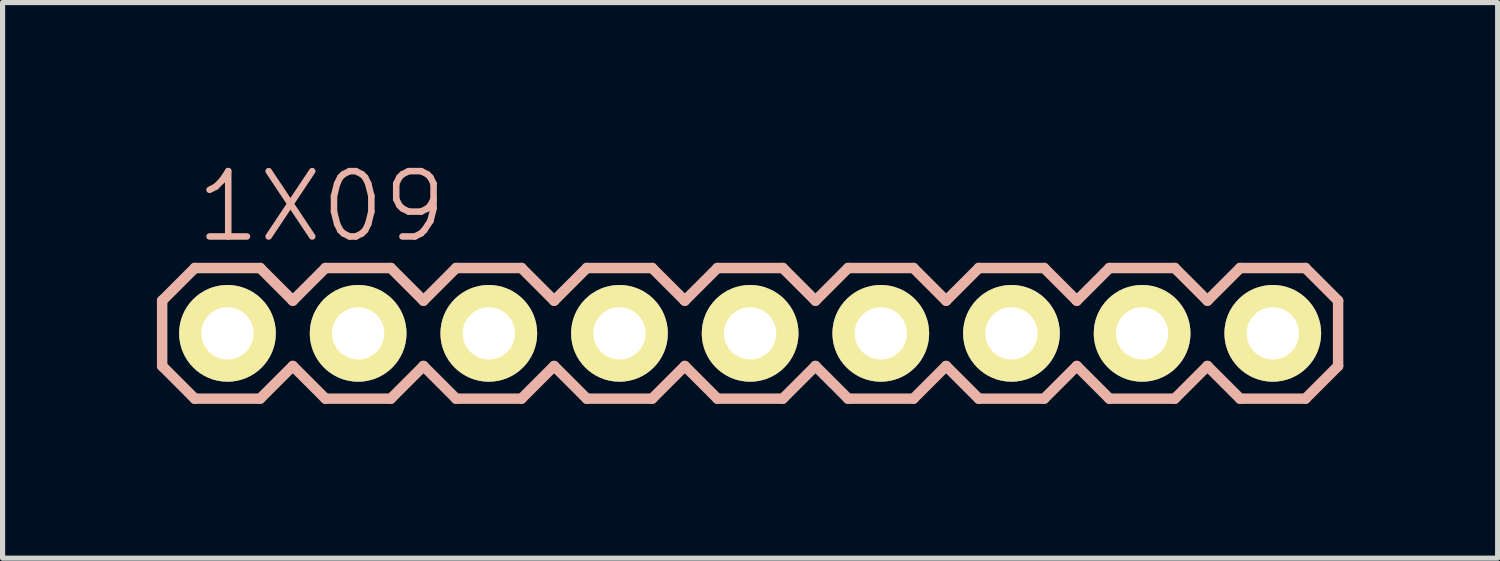
<source format=kicad_pcb>
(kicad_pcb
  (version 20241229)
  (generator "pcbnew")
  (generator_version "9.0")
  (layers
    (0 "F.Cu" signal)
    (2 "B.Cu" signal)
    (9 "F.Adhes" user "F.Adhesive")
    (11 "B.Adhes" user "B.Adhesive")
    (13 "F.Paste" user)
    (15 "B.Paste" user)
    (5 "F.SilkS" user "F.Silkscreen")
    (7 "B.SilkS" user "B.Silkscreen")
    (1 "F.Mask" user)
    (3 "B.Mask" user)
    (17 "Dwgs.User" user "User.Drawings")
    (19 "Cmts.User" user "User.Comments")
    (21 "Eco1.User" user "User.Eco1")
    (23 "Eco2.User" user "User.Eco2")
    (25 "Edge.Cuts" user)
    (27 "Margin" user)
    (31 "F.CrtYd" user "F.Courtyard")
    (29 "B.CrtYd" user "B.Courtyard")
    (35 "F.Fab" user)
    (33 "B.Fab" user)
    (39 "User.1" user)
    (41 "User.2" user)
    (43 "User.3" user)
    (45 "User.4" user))
  (footprint "1X09"
    (layer "F.Cu")
    (at 1.372 3.43)
    (property "Reference" "1X09" (at 1.829 -2.464 0) (layer "B.SilkS") (effects (font (size 1.27 1.27) (thickness 0.127))))
    (attr exclude_from_pos_files exclude_from_bom)
    (fp_line (start -0.254 -0.254) (end 0.254 -0.254) (stroke (width 0.066) (type solid)) (layer "F.SilkS"))
    (fp_line (start -0.254 0.254) (end -0.254 -0.254) (stroke (width 0.066) (type solid)) (layer "F.SilkS"))
    (fp_line (start -0.254 0.254) (end 0.254 0.254) (stroke (width 0.066) (type solid)) (layer "F.SilkS"))
    (fp_line (start 0.254 0.254) (end 0.254 -0.254) (stroke (width 0.066) (type solid)) (layer "F.SilkS"))
    (fp_line (start 2.286 -0.254) (end 2.794 -0.254) (stroke (width 0.066) (type solid)) (layer "F.SilkS"))
    (fp_line (start 2.286 0.254) (end 2.286 -0.254) (stroke (width 0.066) (type solid)) (layer "F.SilkS"))
    (fp_line (start 2.286 0.254) (end 2.794 0.254) (stroke (width 0.066) (type solid)) (layer "F.SilkS"))
    (fp_line (start 2.794 0.254) (end 2.794 -0.254) (stroke (width 0.066) (type solid)) (layer "F.SilkS"))
    (fp_line (start 4.826 -0.254) (end 5.334 -0.254) (stroke (width 0.066) (type solid)) (layer "F.SilkS"))
    (fp_line (start 4.826 0.254) (end 4.826 -0.254) (stroke (width 0.066) (type solid)) (layer "F.SilkS"))
    (fp_line (start 4.826 0.254) (end 5.334 0.254) (stroke (width 0.066) (type solid)) (layer "F.SilkS"))
    (fp_line (start 5.334 0.254) (end 5.334 -0.254) (stroke (width 0.066) (type solid)) (layer "F.SilkS"))
    (fp_line (start 7.366 -0.254) (end 7.874 -0.254) (stroke (width 0.066) (type solid)) (layer "F.SilkS"))
    (fp_line (start 7.366 0.254) (end 7.366 -0.254) (stroke (width 0.066) (type solid)) (layer "F.SilkS"))
    (fp_line (start 7.366 0.254) (end 7.874 0.254) (stroke (width 0.066) (type solid)) (layer "F.SilkS"))
    (fp_line (start 7.874 0.254) (end 7.874 -0.254) (stroke (width 0.066) (type solid)) (layer "F.SilkS"))
    (fp_line (start 9.906 -0.254) (end 10.414 -0.254) (stroke (width 0.066) (type solid)) (layer "F.SilkS"))
    (fp_line (start 9.906 0.254) (end 9.906 -0.254) (stroke (width 0.066) (type solid)) (layer "F.SilkS"))
    (fp_line (start 9.906 0.254) (end 10.414 0.254) (stroke (width 0.066) (type solid)) (layer "F.SilkS"))
    (fp_line (start 10.414 0.254) (end 10.414 -0.254) (stroke (width 0.066) (type solid)) (layer "F.SilkS"))
    (fp_line (start 12.446 -0.254) (end 12.954 -0.254) (stroke (width 0.066) (type solid)) (layer "F.SilkS"))
    (fp_line (start 12.446 0.254) (end 12.446 -0.254) (stroke (width 0.066) (type solid)) (layer "F.SilkS"))
    (fp_line (start 12.446 0.254) (end 12.954 0.254) (stroke (width 0.066) (type solid)) (layer "F.SilkS"))
    (fp_line (start 12.954 0.254) (end 12.954 -0.254) (stroke (width 0.066) (type solid)) (layer "F.SilkS"))
    (fp_line (start 14.986 -0.254) (end 15.494 -0.254) (stroke (width 0.066) (type solid)) (layer "F.SilkS"))
    (fp_line (start 14.986 0.254) (end 14.986 -0.254) (stroke (width 0.066) (type solid)) (layer "F.SilkS"))
    (fp_line (start 14.986 0.254) (end 15.494 0.254) (stroke (width 0.066) (type solid)) (layer "F.SilkS"))
    (fp_line (start 15.494 0.254) (end 15.494 -0.254) (stroke (width 0.066) (type solid)) (layer "F.SilkS"))
    (fp_line (start 17.523 -0.254) (end 18.034 -0.254) (stroke (width 0.066) (type solid)) (layer "F.SilkS"))
    (fp_line (start 17.523 0.254) (end 17.523 -0.254) (stroke (width 0.066) (type solid)) (layer "F.SilkS"))
    (fp_line (start 17.523 0.254) (end 18.034 0.254) (stroke (width 0.066) (type solid)) (layer "F.SilkS"))
    (fp_line (start 18.034 0.254) (end 18.034 -0.254) (stroke (width 0.066) (type solid)) (layer "F.SilkS"))
    (fp_line (start 20.066 -0.254) (end 20.574 -0.254) (stroke (width 0.066) (type solid)) (layer "F.SilkS"))
    (fp_line (start 20.066 0.254) (end 20.066 -0.254) (stroke (width 0.066) (type solid)) (layer "F.SilkS"))
    (fp_line (start 20.066 0.254) (end 20.574 0.254) (stroke (width 0.066) (type solid)) (layer "F.SilkS"))
    (fp_line (start 20.574 0.254) (end 20.574 -0.254) (stroke (width 0.066) (type solid)) (layer "F.SilkS"))
    (fp_line (start -1.27 -0.635) (end -1.27 0.635) (stroke (width 0.203) (type solid)) (layer "B.SilkS"))
    (fp_line (start -1.27 0.635) (end -0.635 1.27) (stroke (width 0.203) (type solid)) (layer "B.SilkS"))
    (fp_line (start -0.635 -1.27) (end -1.27 -0.635) (stroke (width 0.203) (type solid)) (layer "B.SilkS"))
    (fp_line (start -0.635 -1.27) (end 0.635 -1.27) (stroke (width 0.203) (type solid)) (layer "B.SilkS"))
    (fp_line (start 0.635 -1.27) (end 1.27 -0.635) (stroke (width 0.203) (type solid)) (layer "B.SilkS"))
    (fp_line (start 0.635 1.27) (end -0.635 1.27) (stroke (width 0.203) (type solid)) (layer "B.SilkS"))
    (fp_line (start 1.27 -0.635) (end 1.905 -1.27) (stroke (width 0.203) (type solid)) (layer "B.SilkS"))
    (fp_line (start 1.27 0.635) (end 0.635 1.27) (stroke (width 0.203) (type solid)) (layer "B.SilkS"))
    (fp_line (start 1.905 -1.27) (end 3.175 -1.27) (stroke (width 0.203) (type solid)) (layer "B.SilkS"))
    (fp_line (start 1.905 1.27) (end 1.27 0.635) (stroke (width 0.203) (type solid)) (layer "B.SilkS"))
    (fp_line (start 3.175 -1.27) (end 3.81 -0.635) (stroke (width 0.203) (type solid)) (layer "B.SilkS"))
    (fp_line (start 3.175 1.27) (end 1.905 1.27) (stroke (width 0.203) (type solid)) (layer "B.SilkS"))
    (fp_line (start 3.81 -0.635) (end 4.445 -1.27) (stroke (width 0.203) (type solid)) (layer "B.SilkS"))
    (fp_line (start 3.81 0.635) (end 3.175 1.27) (stroke (width 0.203) (type solid)) (layer "B.SilkS"))
    (fp_line (start 4.445 -1.27) (end 5.715 -1.27) (stroke (width 0.203) (type solid)) (layer "B.SilkS"))
    (fp_line (start 4.445 1.27) (end 3.81 0.635) (stroke (width 0.203) (type solid)) (layer "B.SilkS"))
    (fp_line (start 5.715 -1.27) (end 6.35 -0.635) (stroke (width 0.203) (type solid)) (layer "B.SilkS"))
    (fp_line (start 5.715 1.27) (end 4.445 1.27) (stroke (width 0.203) (type solid)) (layer "B.SilkS"))
    (fp_line (start 6.35 0.635) (end 5.715 1.27) (stroke (width 0.203) (type solid)) (layer "B.SilkS"))
    (fp_line (start 6.35 0.635) (end 6.985 1.27) (stroke (width 0.203) (type solid)) (layer "B.SilkS"))
    (fp_line (start 6.985 -1.27) (end 6.35 -0.635) (stroke (width 0.203) (type solid)) (layer "B.SilkS"))
    (fp_line (start 6.985 -1.27) (end 8.255 -1.27) (stroke (width 0.203) (type solid)) (layer "B.SilkS"))
    (fp_line (start 8.255 -1.27) (end 8.89 -0.635) (stroke (width 0.203) (type solid)) (layer "B.SilkS"))
    (fp_line (start 8.255 1.27) (end 6.985 1.27) (stroke (width 0.203) (type solid)) (layer "B.SilkS"))
    (fp_line (start 8.89 -0.635) (end 9.525 -1.27) (stroke (width 0.203) (type solid)) (layer "B.SilkS"))
    (fp_line (start 8.89 0.635) (end 8.255 1.27) (stroke (width 0.203) (type solid)) (layer "B.SilkS"))
    (fp_line (start 9.525 -1.27) (end 10.795 -1.27) (stroke (width 0.203) (type solid)) (layer "B.SilkS"))
    (fp_line (start 9.525 1.27) (end 8.89 0.635) (stroke (width 0.203) (type solid)) (layer "B.SilkS"))
    (fp_line (start 10.795 -1.27) (end 11.43 -0.635) (stroke (width 0.203) (type solid)) (layer "B.SilkS"))
    (fp_line (start 10.795 1.27) (end 9.525 1.27) (stroke (width 0.203) (type solid)) (layer "B.SilkS"))
    (fp_line (start 11.43 -0.635) (end 12.065 -1.27) (stroke (width 0.203) (type solid)) (layer "B.SilkS"))
    (fp_line (start 11.43 0.635) (end 10.795 1.27) (stroke (width 0.203) (type solid)) (layer "B.SilkS"))
    (fp_line (start 12.065 -1.27) (end 13.335 -1.27) (stroke (width 0.203) (type solid)) (layer "B.SilkS"))
    (fp_line (start 12.065 1.27) (end 11.43 0.635) (stroke (width 0.203) (type solid)) (layer "B.SilkS"))
    (fp_line (start 13.335 -1.27) (end 13.97 -0.635) (stroke (width 0.203) (type solid)) (layer "B.SilkS"))
    (fp_line (start 13.335 1.27) (end 12.065 1.27) (stroke (width 0.203) (type solid)) (layer "B.SilkS"))
    (fp_line (start 13.97 0.635) (end 13.335 1.27) (stroke (width 0.203) (type solid)) (layer "B.SilkS"))
    (fp_line (start 13.97 0.635) (end 14.605 1.27) (stroke (width 0.203) (type solid)) (layer "B.SilkS"))
    (fp_line (start 14.605 -1.27) (end 13.97 -0.635) (stroke (width 0.203) (type solid)) (layer "B.SilkS"))
    (fp_line (start 14.605 -1.27) (end 15.875 -1.27) (stroke (width 0.203) (type solid)) (layer "B.SilkS"))
    (fp_line (start 15.875 -1.27) (end 16.51 -0.635) (stroke (width 0.203) (type solid)) (layer "B.SilkS"))
    (fp_line (start 15.875 1.27) (end 14.605 1.27) (stroke (width 0.203) (type solid)) (layer "B.SilkS"))
    (fp_line (start 16.51 0.635) (end 15.875 1.27) (stroke (width 0.203) (type solid)) (layer "B.SilkS"))
    (fp_line (start 16.51 0.635) (end 17.145 1.27) (stroke (width 0.203) (type solid)) (layer "B.SilkS"))
    (fp_line (start 17.145 -1.27) (end 16.51 -0.635) (stroke (width 0.203) (type solid)) (layer "B.SilkS"))
    (fp_line (start 17.145 -1.27) (end 18.415 -1.27) (stroke (width 0.203) (type solid)) (layer "B.SilkS"))
    (fp_line (start 18.415 -1.27) (end 19.05 -0.635) (stroke (width 0.203) (type solid)) (layer "B.SilkS"))
    (fp_line (start 18.415 1.27) (end 17.145 1.27) (stroke (width 0.203) (type solid)) (layer "B.SilkS"))
    (fp_line (start 19.05 0.635) (end 18.415 1.27) (stroke (width 0.203) (type solid)) (layer "B.SilkS"))
    (fp_line (start 19.05 0.635) (end 19.685 1.27) (stroke (width 0.203) (type solid)) (layer "B.SilkS"))
    (fp_line (start 19.685 -1.27) (end 19.05 -0.635) (stroke (width 0.203) (type solid)) (layer "B.SilkS"))
    (fp_line (start 19.685 -1.27) (end 20.955 -1.27) (stroke (width 0.203) (type solid)) (layer "B.SilkS"))
    (fp_line (start 20.955 -1.27) (end 21.59 -0.635) (stroke (width 0.203) (type solid)) (layer "B.SilkS"))
    (fp_line (start 20.955 1.27) (end 19.685 1.27) (stroke (width 0.203) (type solid)) (layer "B.SilkS"))
    (fp_line (start 21.59 -0.635) (end 21.59 0.635) (stroke (width 0.203) (type solid)) (layer "B.SilkS"))
    (fp_line (start 21.59 0.635) (end 20.955 1.27) (stroke (width 0.203) (type solid)) (layer "B.SilkS"))
    (pad "1" thru_hole circle (at 0 0) (size 1.88 1.88) (drill 1.016) (layers "*.Cu" "F.Mask" "F.SilkS" "F.Paste"))
    (pad "2" thru_hole circle (at 2.54 0) (size 1.88 1.88) (drill 1.016) (layers "*.Cu" "F.Mask" "F.SilkS" "F.Paste"))
    (pad "3" thru_hole circle (at 5.08 0) (size 1.88 1.88) (drill 1.016) (layers "*.Cu" "F.Mask" "F.SilkS" "F.Paste"))
    (pad "4" thru_hole circle (at 7.62 0) (size 1.88 1.88) (drill 1.016) (layers "*.Cu" "F.Mask" "F.SilkS" "F.Paste"))
    (pad "5" thru_hole circle (at 10.16 0) (size 1.88 1.88) (drill 1.016) (layers "*.Cu" "F.Mask" "F.SilkS" "F.Paste"))
    (pad "6" thru_hole circle (at 12.7 0) (size 1.88 1.88) (drill 1.016) (layers "*.Cu" "F.Mask" "F.SilkS" "F.Paste"))
    (pad "7" thru_hole circle (at 15.24 0) (size 1.88 1.88) (drill 1.016) (layers "*.Cu" "F.Mask" "F.SilkS" "F.Paste"))
    (pad "8" thru_hole circle (at 17.78 0) (size 1.88 1.88) (drill 1.016) (layers "*.Cu" "F.Mask" "F.SilkS" "F.Paste"))
    (pad "9" thru_hole circle (at 20.32 0) (size 1.88 1.88) (drill 1.016) (layers "*.Cu" "F.Mask" "F.SilkS" "F.Paste")))
  (gr_rect
    (start -3 -3)
    (end 26.063 7.801)
    (stroke (width 0.1) (type default))
    (fill no)
    (layer "Edge.Cuts")))
</source>
